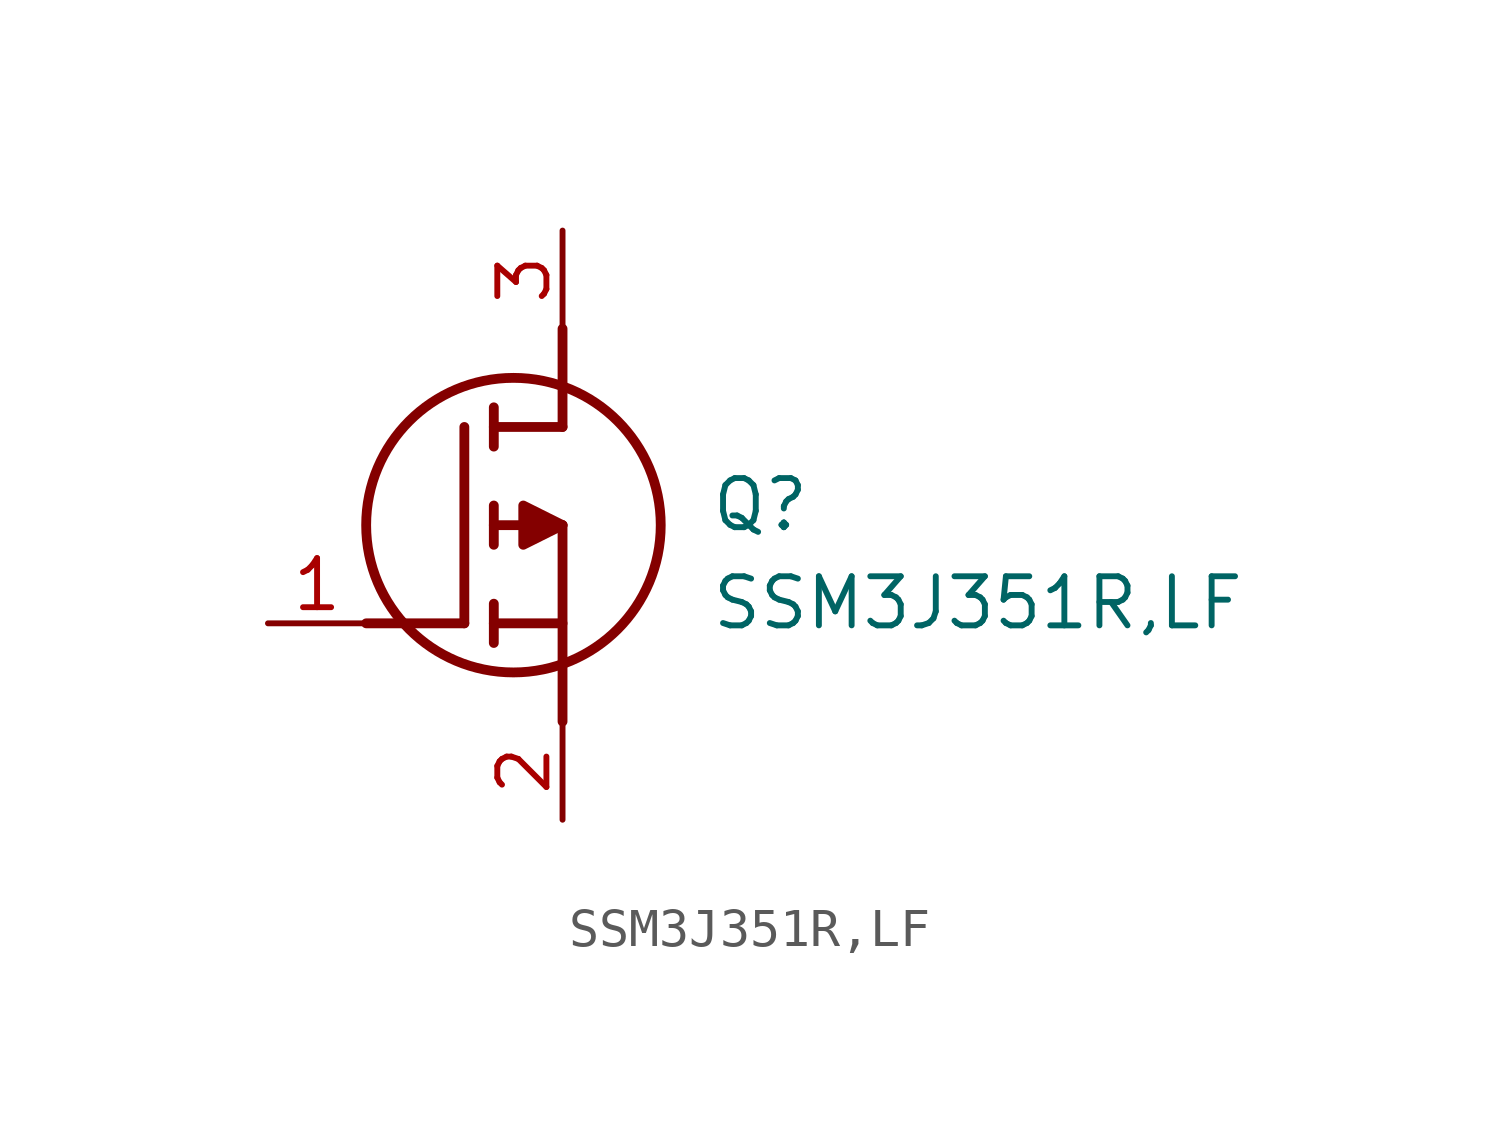
<source format=kicad_sym>
(kicad_symbol_lib
  (version 20211014)
  (generator SamacSys_ECAD_Model)
  (symbol "SSM3J351R,LF"
    (pin_names hide)
    (property "Reference" "Q"
      (at 11.43 3.81 0)
      (effects (font (size 1.27 1.27)) (justify left top)))
    (property "Value" "SSM3J351R,LF"
      (at 11.43 1.27 0)
      (effects (font (size 1.27 1.27)) (justify left top)))
    (polyline
      (pts (xy 7.62 2.54) (xy 7.62 -2.54))
      (stroke (width 0.254) (type default))
      (fill (type none)))
    (polyline
      (pts (xy 7.62 5.08) (xy 7.62 7.62))
      (stroke (width 0.254) (type default))
      (fill (type none)))
    (polyline
      (pts (xy 2.54 0) (xy 5.08 0))
      (stroke (width 0.254) (type default))
      (fill (type none)))
    (polyline
      (pts (xy 5.08 5.08) (xy 5.08 0))
      (stroke (width 0.254) (type default))
      (fill (type none)))
    (polyline
      (pts (xy 7.62 2.54) (xy 5.842 2.54))
      (stroke (width 0.254) (type default))
      (fill (type none)))
    (polyline
      (pts (xy 7.62 5.08) (xy 5.842 5.08))
      (stroke (width 0.254) (type default))
      (fill (type none)))
    (polyline
      (pts (xy 5.842 0) (xy 7.62 0))
      (stroke (width 0.254) (type default))
      (fill (type none)))
    (polyline
      (pts (xy 5.842 5.588) (xy 5.842 4.572))
      (stroke (width 0.254) (type default))
      (fill (type none)))
    (polyline
      (pts (xy 5.842 -0.508) (xy 5.842 0.508))
      (stroke (width 0.254) (type default))
      (fill (type none)))
    (polyline
      (pts (xy 5.842 2.032) (xy 5.842 3.048))
      (stroke (width 0.254) (type default))
      (fill (type none)))
    (circle
      (center 6.35 2.54)
      (radius 3.81)
      (stroke (width 0.254) (type default))
      (fill (type none)))
    (polyline
      (pts (xy 7.62 2.54) (xy 6.604 3.048) (xy 6.604 2.032) (xy 7.62 2.54))
      (stroke (width 0.254) (type default))
      (fill (type outline)))
    (pin passive line
      (at 0 0 0)
      (length 2.54)
      (name "G" (effects (font (size 1.27 1.27))))
      (number "1" (effects (font (size 1.27 1.27)))))
    (pin passive line
      (at 7.62 10.16 270)
      (length 2.54)
      (name "D" (effects (font (size 1.27 1.27))))
      (number "3" (effects (font (size 1.27 1.27)))))
    (pin passive line
      (at 7.62 -5.08 90)
      (length 2.54)
      (name "S" (effects (font (size 1.27 1.27))))
      (number "2" (effects (font (size 1.27 1.27)))))))
</source>
